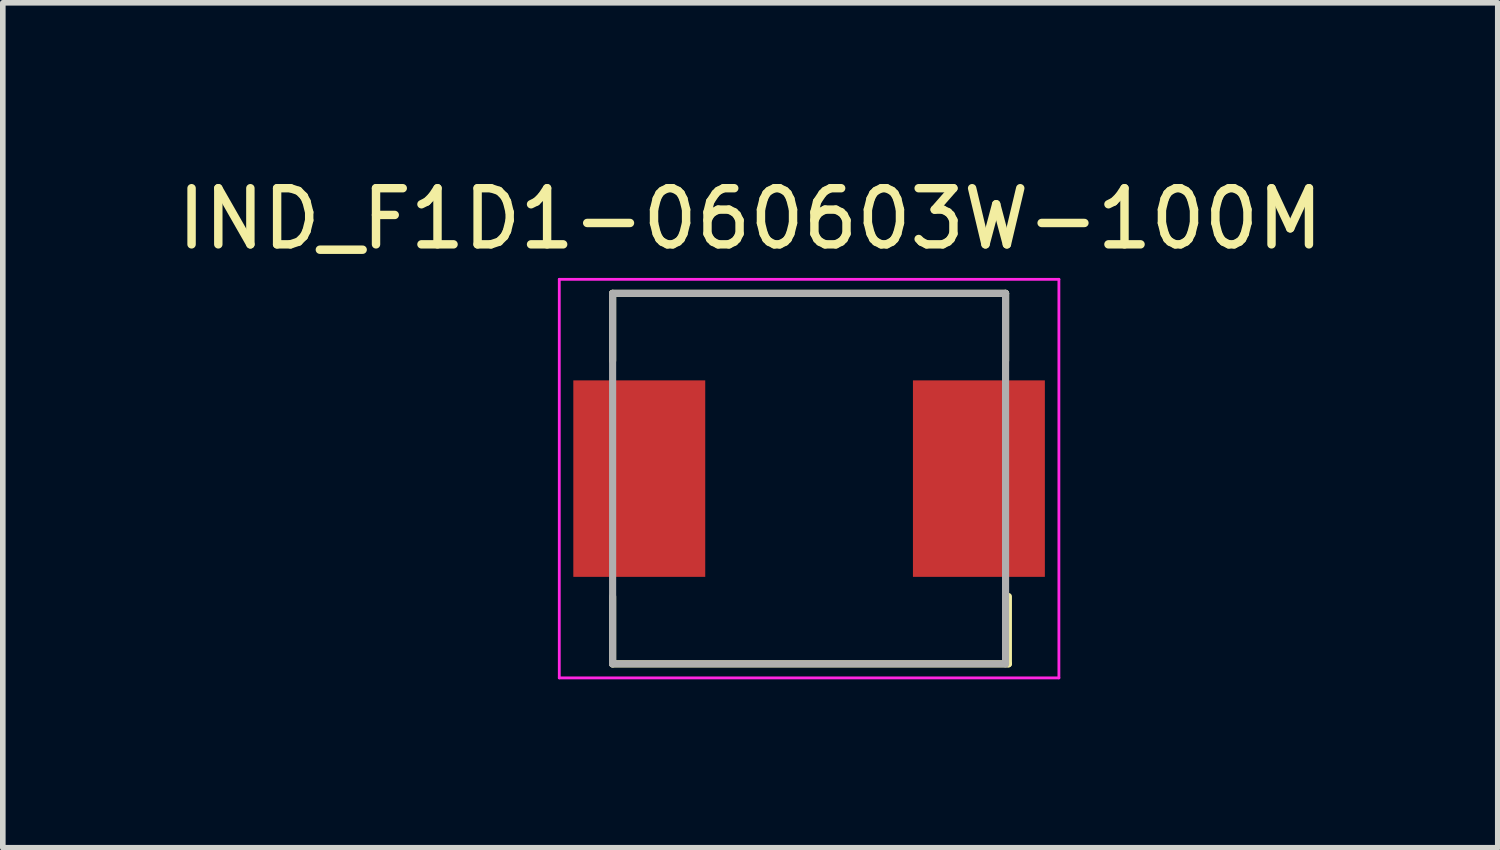
<source format=kicad_pcb>
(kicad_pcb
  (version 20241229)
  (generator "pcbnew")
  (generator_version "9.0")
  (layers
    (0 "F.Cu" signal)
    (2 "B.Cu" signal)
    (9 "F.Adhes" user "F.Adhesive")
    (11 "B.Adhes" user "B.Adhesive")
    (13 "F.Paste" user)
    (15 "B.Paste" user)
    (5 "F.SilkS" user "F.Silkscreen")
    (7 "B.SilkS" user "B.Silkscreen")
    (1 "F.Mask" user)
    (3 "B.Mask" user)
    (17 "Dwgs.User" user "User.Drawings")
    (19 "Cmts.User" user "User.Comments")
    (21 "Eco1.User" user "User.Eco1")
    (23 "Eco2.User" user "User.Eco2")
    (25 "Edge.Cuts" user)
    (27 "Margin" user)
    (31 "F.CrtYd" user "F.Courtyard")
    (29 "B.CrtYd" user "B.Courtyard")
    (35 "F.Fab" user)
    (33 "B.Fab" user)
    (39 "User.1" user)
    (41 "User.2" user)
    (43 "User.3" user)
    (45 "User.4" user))
  (footprint "IND_F1D1-060603W-100M"
    (layer "F.Cu")
    (at 11.363 5.476)
    (property "Reference" "IND_F1D1-060603W-100M" (at -1.048 -4.628 0) (layer "F.SilkS") (effects (font (size 1 1) (thickness 0.15))))
    (attr smd)
    (fp_line (start -3.5 -3.3) (end 3.5 -3.3) (stroke (width 0.127) (type solid)) (layer "F.SilkS"))
    (fp_line (start -3.5 -2.1) (end -3.5 -3.3) (stroke (width 0.127) (type solid)) (layer "F.SilkS"))
    (fp_line (start -3.5 3.3) (end -3.5 2.1) (stroke (width 0.127) (type solid)) (layer "F.SilkS"))
    (fp_line (start 3.5 -3.3) (end 3.5 -2.1) (stroke (width 0.127) (type solid)) (layer "F.SilkS"))
    (fp_line (start 3.55 2.1) (end 3.55 3.3) (stroke (width 0.127) (type solid)) (layer "F.SilkS"))
    (fp_line (start 3.55 3.3) (end -3.5 3.3) (stroke (width 0.127) (type solid)) (layer "F.SilkS"))
    (fp_line (start -4.45 -3.55) (end 4.45 -3.55) (stroke (width 0.05) (type solid)) (layer "F.CrtYd"))
    (fp_line (start -4.45 3.55) (end -4.45 -3.55) (stroke (width 0.05) (type solid)) (layer "F.CrtYd"))
    (fp_line (start 4.45 -3.55) (end 4.45 3.55) (stroke (width 0.05) (type solid)) (layer "F.CrtYd"))
    (fp_line (start 4.45 3.55) (end -4.45 3.55) (stroke (width 0.05) (type solid)) (layer "F.CrtYd"))
    (fp_line (start -3.5 -3.3) (end 3.5 -3.3) (stroke (width 0.127) (type solid)) (layer "F.Fab"))
    (fp_line (start -3.5 3.3) (end -3.5 -3.3) (stroke (width 0.127) (type solid)) (layer "F.Fab"))
    (fp_line (start 3.5 -3.3) (end 3.5 3.3) (stroke (width 0.127) (type solid)) (layer "F.Fab"))
    (fp_line (start 3.5 3.3) (end -3.5 3.3) (stroke (width 0.127) (type solid)) (layer "F.Fab"))
    (pad "1" smd rect (at -3.025 0) (size 2.35 3.5) (layers "F.Cu" "F.Mask" "F.Paste"))
    (pad "2" smd rect (at 3.025 0) (size 2.35 3.5) (layers "F.Cu" "F.Mask" "F.Paste")))
  (gr_rect
    (start -3 -3)
    (end 23.631 12.051)
    (stroke (width 0.1) (type default))
    (fill no)
    (layer "Edge.Cuts")))
</source>
